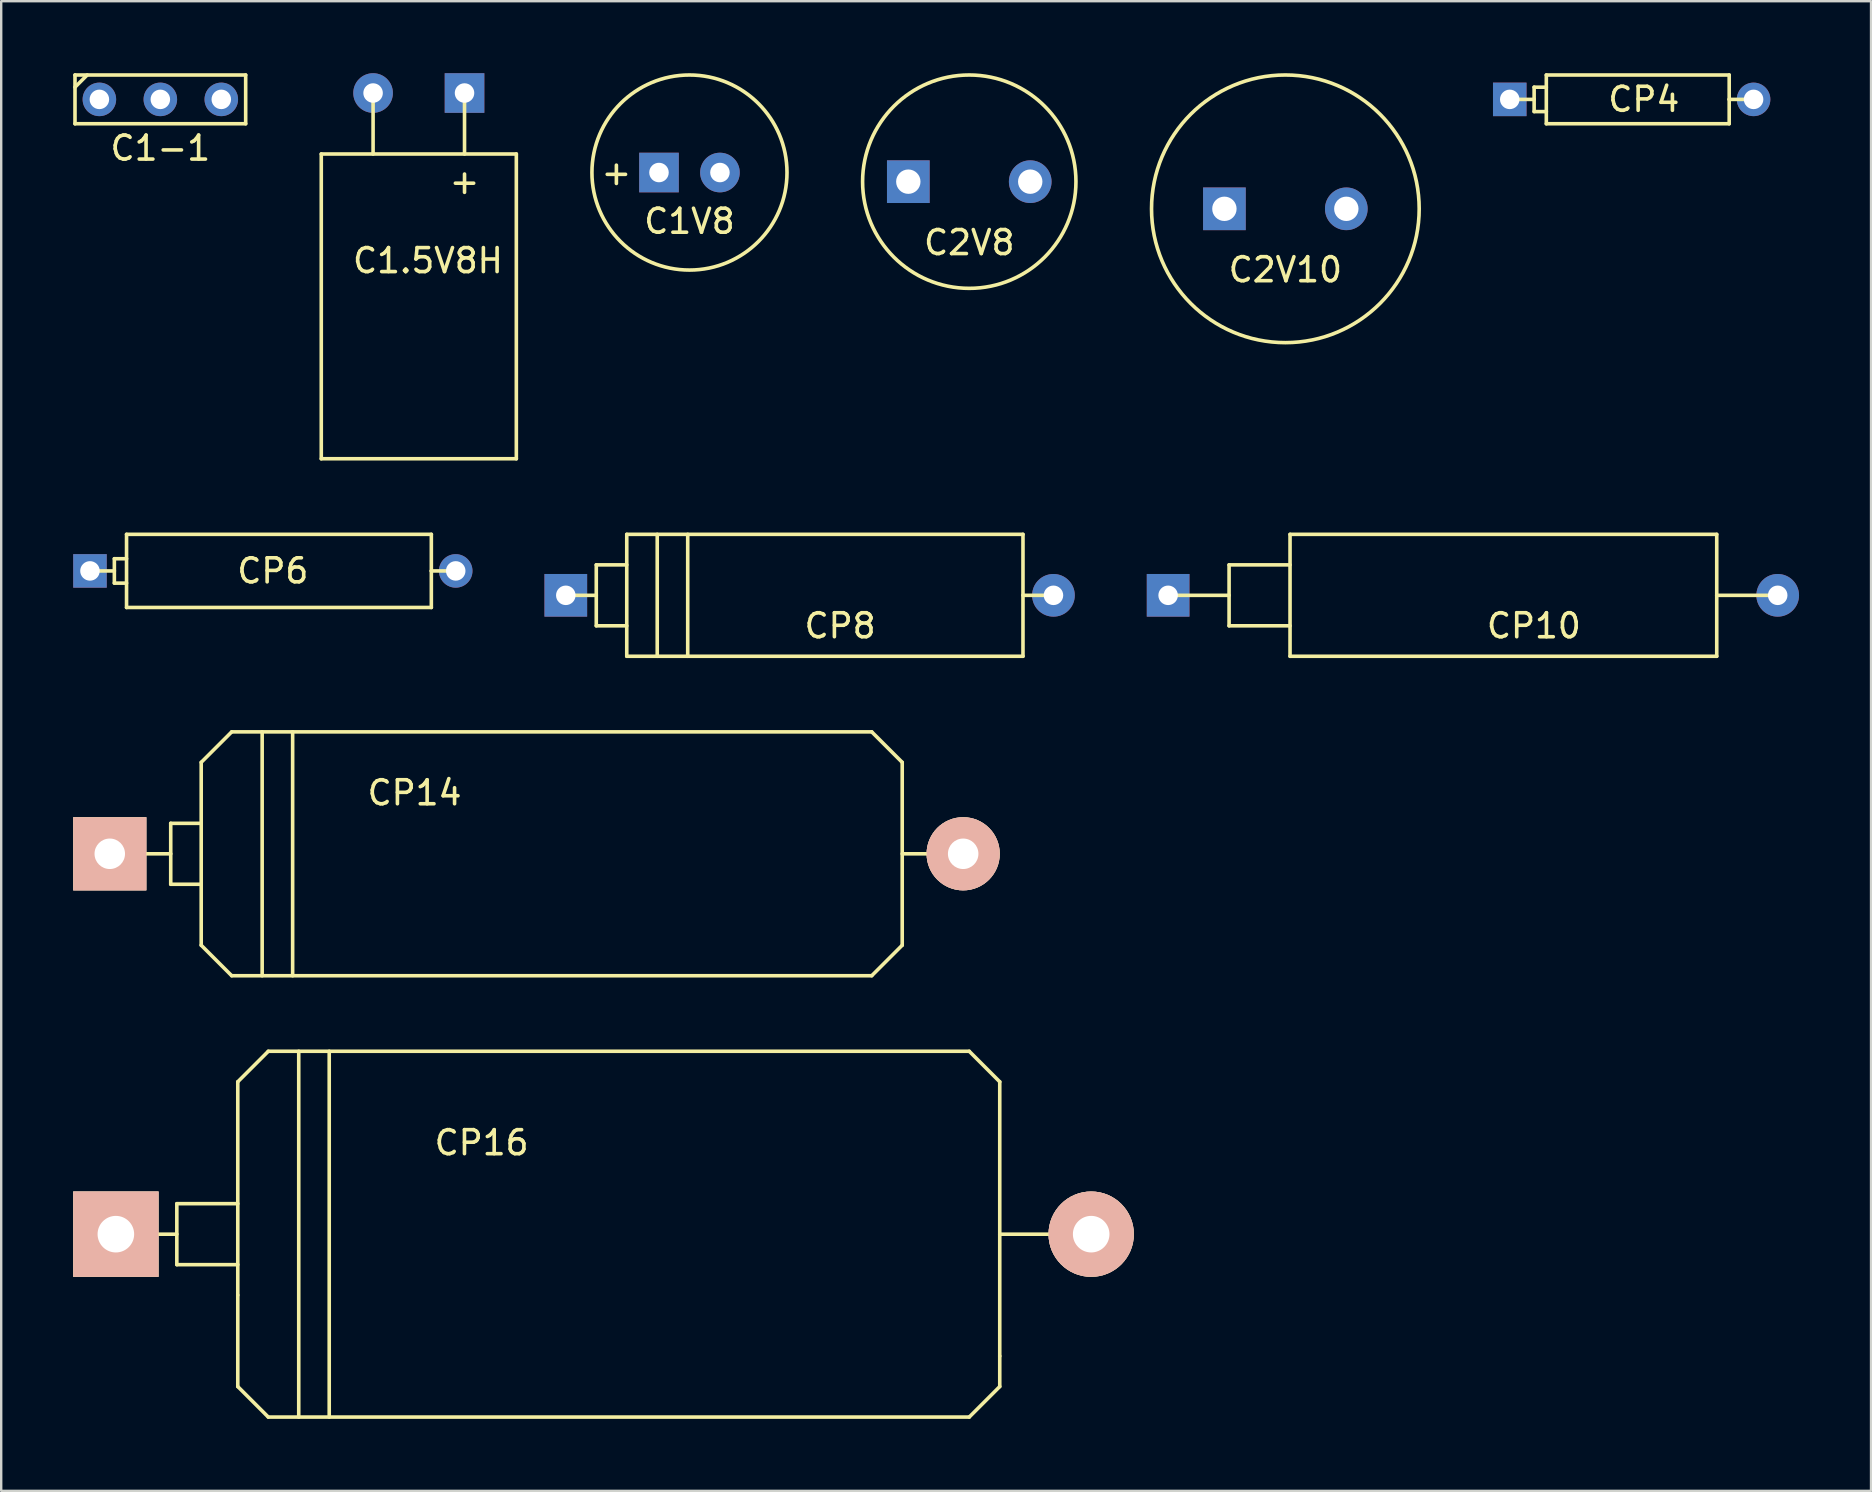
<source format=kicad_pcb>
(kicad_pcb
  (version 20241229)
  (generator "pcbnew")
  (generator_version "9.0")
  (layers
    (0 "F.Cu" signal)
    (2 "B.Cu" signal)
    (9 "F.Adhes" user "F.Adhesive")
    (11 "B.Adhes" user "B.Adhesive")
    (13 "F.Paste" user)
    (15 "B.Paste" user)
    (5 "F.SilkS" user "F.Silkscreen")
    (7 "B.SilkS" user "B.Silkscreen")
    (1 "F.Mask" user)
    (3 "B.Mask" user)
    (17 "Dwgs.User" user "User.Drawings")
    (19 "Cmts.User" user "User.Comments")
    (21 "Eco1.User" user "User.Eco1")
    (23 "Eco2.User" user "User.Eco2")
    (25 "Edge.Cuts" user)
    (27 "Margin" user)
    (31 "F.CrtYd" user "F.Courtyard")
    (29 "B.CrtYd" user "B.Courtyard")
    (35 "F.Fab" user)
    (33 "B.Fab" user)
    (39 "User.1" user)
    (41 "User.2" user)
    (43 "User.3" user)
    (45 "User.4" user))
  (footprint "CP6"
    (layer "F.Cu")
    (at 8.319 20.739)
    (property "Reference" "CP6" (at 0 0 0) (layer "F.SilkS") (effects (font (size 1 1) (thickness 0.15))))
    (attr through_hole)
    (fp_line (start -7.62 0) (end -6.604 0) (stroke (width 0.15) (type solid)) (layer "F.SilkS"))
    (fp_line (start -6.604 -0.508) (end -6.096 -0.508) (stroke (width 0.15) (type solid)) (layer "F.SilkS"))
    (fp_line (start -6.604 0.508) (end -6.604 -0.508) (stroke (width 0.15) (type solid)) (layer "F.SilkS"))
    (fp_line (start -6.096 -1.524) (end -6.096 1.524) (stroke (width 0.15) (type solid)) (layer "F.SilkS"))
    (fp_line (start -6.096 0.508) (end -6.604 0.508) (stroke (width 0.15) (type solid)) (layer "F.SilkS"))
    (fp_line (start -6.096 1.524) (end 6.604 1.524) (stroke (width 0.15) (type solid)) (layer "F.SilkS"))
    (fp_line (start 6.604 -1.524) (end -6.096 -1.524) (stroke (width 0.15) (type solid)) (layer "F.SilkS"))
    (fp_line (start 6.604 0) (end 6.604 -1.524) (stroke (width 0.15) (type solid)) (layer "F.SilkS"))
    (fp_line (start 6.604 1.524) (end 6.604 0) (stroke (width 0.15) (type solid)) (layer "F.SilkS"))
    (fp_line (start 7.62 0) (end 6.604 0) (stroke (width 0.15) (type solid)) (layer "F.SilkS"))
    (pad "1" thru_hole rect (at -7.62 0) (size 1.397 1.397) (drill 0.813) (layers "*.Cu" "*.Mask"))
    (pad "2" thru_hole circle (at 7.62 0) (size 1.397 1.397) (drill 0.813) (layers "*.Cu" "*.Mask")))
  (footprint "CP4"
    (layer "F.Cu")
    (at 64.939 1.091)
    (property "Reference" "CP4" (at 0.508 0 0) (layer "F.SilkS") (effects (font (size 1 1) (thickness 0.15))))
    (attr through_hole)
    (fp_line (start -5.08 0) (end -4.064 0) (stroke (width 0.15) (type solid)) (layer "F.SilkS"))
    (fp_line (start -4.064 -0.508) (end -3.556 -0.508) (stroke (width 0.15) (type solid)) (layer "F.SilkS"))
    (fp_line (start -4.064 0.508) (end -4.064 -0.508) (stroke (width 0.15) (type solid)) (layer "F.SilkS"))
    (fp_line (start -3.556 -1.016) (end 4.064 -1.016) (stroke (width 0.15) (type solid)) (layer "F.SilkS"))
    (fp_line (start -3.556 0.508) (end -4.064 0.508) (stroke (width 0.15) (type solid)) (layer "F.SilkS"))
    (fp_line (start -3.556 1.016) (end -3.556 -1.016) (stroke (width 0.15) (type solid)) (layer "F.SilkS"))
    (fp_line (start 4.064 -1.016) (end 4.064 0) (stroke (width 0.15) (type solid)) (layer "F.SilkS"))
    (fp_line (start 4.064 0) (end 4.064 1.016) (stroke (width 0.15) (type solid)) (layer "F.SilkS"))
    (fp_line (start 4.064 1.016) (end -3.556 1.016) (stroke (width 0.15) (type solid)) (layer "F.SilkS"))
    (fp_line (start 5.08 0) (end 4.064 0) (stroke (width 0.15) (type solid)) (layer "F.SilkS"))
    (pad "1" thru_hole rect (at -5.08 0) (size 1.397 1.397) (drill 0.813) (layers "*.Cu" "*.Mask"))
    (pad "2" thru_hole circle (at 5.08 0) (size 1.397 1.397) (drill 0.813) (layers "*.Cu" "*.Mask")))
  (footprint "C2V8"
    (layer "F.Cu")
    (at 37.338 4.52)
    (property "Reference" "C2V8" (at 0 2.54 0) (layer "F.SilkS") (effects (font (size 1 1) (thickness 0.15))))
    (attr through_hole)
    (fp_circle (center 0 0) (end -4.445 0) (stroke (width 0.15) (type solid)) (fill no) (layer "F.SilkS"))
    (pad "1" thru_hole rect (at -2.54 0) (size 1.778 1.778) (drill 1.016) (layers "*.Cu" "*.Mask"))
    (pad "2" thru_hole circle (at 2.54 0) (size 1.778 1.778) (drill 1.016) (layers "*.Cu" "*.Mask")))
  (footprint "CP8"
    (layer "F.Cu")
    (at 30.686 21.756)
    (property "Reference" "CP8" (at 1.27 1.27 0) (layer "F.SilkS") (effects (font (size 1 1) (thickness 0.15))))
    (attr through_hole)
    (fp_line (start -10.16 0) (end -8.89 0) (stroke (width 0.15) (type solid)) (layer "F.SilkS"))
    (fp_line (start -8.89 -1.27) (end -7.62 -1.27) (stroke (width 0.15) (type solid)) (layer "F.SilkS"))
    (fp_line (start -8.89 1.27) (end -8.89 -1.27) (stroke (width 0.15) (type solid)) (layer "F.SilkS"))
    (fp_line (start -7.62 -2.54) (end 8.89 -2.54) (stroke (width 0.15) (type solid)) (layer "F.SilkS"))
    (fp_line (start -7.62 1.27) (end -8.89 1.27) (stroke (width 0.15) (type solid)) (layer "F.SilkS"))
    (fp_line (start -7.62 2.54) (end -7.62 -2.54) (stroke (width 0.15) (type solid)) (layer "F.SilkS"))
    (fp_line (start -6.35 2.54) (end -6.35 -2.54) (stroke (width 0.15) (type solid)) (layer "F.SilkS"))
    (fp_line (start -5.08 -2.54) (end -5.08 2.54) (stroke (width 0.15) (type solid)) (layer "F.SilkS"))
    (fp_line (start 8.89 -2.54) (end 8.89 2.54) (stroke (width 0.15) (type solid)) (layer "F.SilkS"))
    (fp_line (start 8.89 0) (end 10.16 0) (stroke (width 0.15) (type solid)) (layer "F.SilkS"))
    (fp_line (start 8.89 2.54) (end -7.62 2.54) (stroke (width 0.15) (type solid)) (layer "F.SilkS"))
    (pad "1" thru_hole rect (at -10.16 0) (size 1.778 1.778) (drill 0.813) (layers "*.Cu" "*.Mask"))
    (pad "2" thru_hole circle (at 10.16 0) (size 1.778 1.778) (drill 0.813) (layers "*.Cu" "*.Mask")))
  (footprint "C1V8"
    (layer "F.Cu")
    (at 25.679 4.139)
    (property "Reference" "C1V8" (at 0 2.032 0) (layer "F.SilkS") (effects (font (size 1 1) (thickness 0.15))))
    (attr through_hole)
    (fp_circle (center 0 0) (end 4.064 0) (stroke (width 0.15) (type solid)) (fill no) (layer "F.SilkS"))
    (fp_text user "+" (at -3.045 0 0) (layer "F.SilkS") (effects (font (size 1 1) (thickness 0.15))))
    (pad "1" thru_hole rect (at -1.27 0) (size 1.651 1.651) (drill 0.813) (layers "*.Cu" "*.Mask"))
    (pad "2" thru_hole circle (at 1.27 0) (size 1.651 1.651) (drill 0.813) (layers "*.Cu" "*.Mask")))
  (footprint "CP10"
    (layer "F.Cu")
    (at 58.324 21.756)
    (property "Reference" "CP10" (at 2.54 1.27 0) (layer "F.SilkS") (effects (font (size 1 1) (thickness 0.15))))
    (attr through_hole)
    (fp_line (start -12.7 0) (end -10.16 0) (stroke (width 0.15) (type solid)) (layer "F.SilkS"))
    (fp_line (start -10.16 -1.27) (end -10.16 1.27) (stroke (width 0.15) (type solid)) (layer "F.SilkS"))
    (fp_line (start -10.16 1.27) (end -7.62 1.27) (stroke (width 0.15) (type solid)) (layer "F.SilkS"))
    (fp_line (start -7.62 -2.54) (end 10.16 -2.54) (stroke (width 0.15) (type solid)) (layer "F.SilkS"))
    (fp_line (start -7.62 -1.27) (end -10.16 -1.27) (stroke (width 0.15) (type solid)) (layer "F.SilkS"))
    (fp_line (start -7.62 2.54) (end -7.62 -2.54) (stroke (width 0.15) (type solid)) (layer "F.SilkS"))
    (fp_line (start 10.16 -2.54) (end 10.16 0) (stroke (width 0.15) (type solid)) (layer "F.SilkS"))
    (fp_line (start 10.16 0) (end 10.16 2.54) (stroke (width 0.15) (type solid)) (layer "F.SilkS"))
    (fp_line (start 10.16 2.54) (end -7.62 2.54) (stroke (width 0.15) (type solid)) (layer "F.SilkS"))
    (fp_line (start 12.7 0) (end 10.16 0) (stroke (width 0.15) (type solid)) (layer "F.SilkS"))
    (pad "1" thru_hole rect (at -12.7 0) (size 1.778 1.778) (drill 0.813) (layers "*.Cu" "*.Mask"))
    (pad "2" thru_hole circle (at 12.7 0) (size 1.778 1.778) (drill 0.813) (layers "*.Cu" "*.Mask")))
  (footprint "C2V10"
    (layer "F.Cu")
    (at 50.509 5.651)
    (property "Reference" "C2V10" (at 0 2.54 0) (layer "F.SilkS") (effects (font (size 1 1) (thickness 0.15))))
    (attr through_hole)
    (fp_circle (center 0 0) (end 4.826 -2.794) (stroke (width 0.15) (type solid)) (fill no) (layer "F.SilkS"))
    (pad "1" thru_hole rect (at -2.54 0) (size 1.778 1.778) (drill 1.016) (layers "*.Cu" "*.Mask"))
    (pad "2" thru_hole circle (at 2.54 0) (size 1.778 1.778) (drill 1.016) (layers "*.Cu" "*.Mask")))
  (footprint "CP14"
    (layer "F.Cu")
    (at 19.304 32.526)
    (property "Reference" "CP14" (at -5.08 -2.54 0) (layer "F.SilkS") (effects (font (size 1 1) (thickness 0.15))))
    (attr through_hole)
    (fp_line (start -15.24 -1.27) (end -15.24 1.27) (stroke (width 0.15) (type solid)) (layer "F.SilkS"))
    (fp_line (start -15.24 0) (end -17.78 0) (stroke (width 0.15) (type solid)) (layer "F.SilkS"))
    (fp_line (start -15.24 1.27) (end -13.97 1.27) (stroke (width 0.15) (type solid)) (layer "F.SilkS"))
    (fp_line (start -13.97 -3.81) (end -12.7 -5.08) (stroke (width 0.15) (type solid)) (layer "F.SilkS"))
    (fp_line (start -13.97 -1.27) (end -15.24 -1.27) (stroke (width 0.15) (type solid)) (layer "F.SilkS"))
    (fp_line (start -13.97 3.81) (end -13.97 -3.81) (stroke (width 0.15) (type solid)) (layer "F.SilkS"))
    (fp_line (start -12.7 -5.08) (end 13.97 -5.08) (stroke (width 0.15) (type solid)) (layer "F.SilkS"))
    (fp_line (start -12.7 5.08) (end -13.97 3.81) (stroke (width 0.15) (type solid)) (layer "F.SilkS"))
    (fp_line (start -11.43 5.08) (end -11.43 -5.08) (stroke (width 0.15) (type solid)) (layer "F.SilkS"))
    (fp_line (start -10.16 5.08) (end -10.16 -5.08) (stroke (width 0.15) (type solid)) (layer "F.SilkS"))
    (fp_line (start 13.97 -5.08) (end 15.24 -3.81) (stroke (width 0.15) (type solid)) (layer "F.SilkS"))
    (fp_line (start 13.97 5.08) (end -12.7 5.08) (stroke (width 0.15) (type solid)) (layer "F.SilkS"))
    (fp_line (start 15.24 -3.81) (end 15.24 3.81) (stroke (width 0.15) (type solid)) (layer "F.SilkS"))
    (fp_line (start 15.24 0) (end 17.78 0) (stroke (width 0.15) (type solid)) (layer "F.SilkS"))
    (fp_line (start 15.24 3.81) (end 13.97 5.08) (stroke (width 0.15) (type solid)) (layer "F.SilkS"))
    (pad "1" thru_hole rect (at -17.78 0) (size 3.048 3.048) (drill 1.27) (layers "*.Cu" "*.SilkS" "*.Mask"))
    (pad "2" thru_hole circle (at 17.78 0) (size 3.048 3.048) (drill 1.27) (layers "*.Cu" "*.SilkS" "*.Mask")))
  (footprint "C1-1"
    (layer "F.Cu")
    (at 3.631 1.091)
    (property "Reference" "C1-1" (at 0 2.032 0) (layer "F.SilkS") (effects (font (size 1 1) (thickness 0.15))))
    (attr through_hole)
    (fp_line (start -3.556 -1.016) (end 3.556 -1.016) (stroke (width 0.15) (type solid)) (layer "F.SilkS"))
    (fp_line (start -3.556 -0.508) (end -3.048 -1.016) (stroke (width 0.15) (type solid)) (layer "F.SilkS"))
    (fp_line (start -3.556 1.016) (end -3.556 -1.016) (stroke (width 0.15) (type solid)) (layer "F.SilkS"))
    (fp_line (start 3.556 -1.016) (end 3.556 1.016) (stroke (width 0.15) (type solid)) (layer "F.SilkS"))
    (fp_line (start 3.556 1.016) (end -3.556 1.016) (stroke (width 0.15) (type solid)) (layer "F.SilkS"))
    (pad "1" thru_hole circle (at -2.54 0) (size 1.397 1.397) (drill 0.813) (layers "*.Cu" "*.Mask"))
    (pad "2" thru_hole circle (at 0 0) (size 1.397 1.397) (drill 0.813) (layers "*.Cu" "*.Mask"))
    (pad "2" thru_hole circle (at 2.54 0) (size 1.397 1.397) (drill 0.813) (layers "*.Cu" "*.Mask")))
  (footprint "C1.5V8H"
    (layer "F.Cu")
    (at 14.401 0.826)
    (property "Reference" "C1.5V8H" (at 0.381 6.985 0) (layer "F.SilkS") (effects (font (size 1 1) (thickness 0.15))))
    (attr through_hole)
    (fp_line (start -4.064 2.54) (end -4.064 15.24) (stroke (width 0.15) (type solid)) (layer "F.SilkS"))
    (fp_line (start -4.064 15.24) (end 4.064 15.24) (stroke (width 0.15) (type solid)) (layer "F.SilkS"))
    (fp_line (start -1.905 0) (end -1.905 2.54) (stroke (width 0.15) (type solid)) (layer "F.SilkS"))
    (fp_line (start 1.905 0) (end 1.905 2.54) (stroke (width 0.15) (type solid)) (layer "F.SilkS"))
    (fp_line (start 4.064 2.54) (end -4.064 2.54) (stroke (width 0.15) (type solid)) (layer "F.SilkS"))
    (fp_line (start 4.064 2.54) (end 4.064 15.24) (stroke (width 0.15) (type solid)) (layer "F.SilkS"))
    (fp_text user "+" (at 1.905 3.683 0) (layer "F.SilkS") (effects (font (size 1 1) (thickness 0.15))))
    (pad "1" thru_hole rect (at 1.905 0) (size 1.651 1.651) (drill 0.813) (layers "*.Cu" "*.Mask"))
    (pad "2" thru_hole circle (at -1.905 0) (size 1.651 1.651) (drill 0.813) (layers "*.Cu" "*.Mask")))
  (footprint "CP16"
    (layer "F.Cu")
    (at 22.098 48.376)
    (property "Reference" "CP16" (at -5.08 -3.81 0) (layer "F.SilkS") (effects (font (size 1 1) (thickness 0.15))))
    (attr through_hole)
    (fp_line (start -17.78 -1.27) (end -17.78 1.27) (stroke (width 0.15) (type solid)) (layer "F.SilkS"))
    (fp_line (start -17.78 0) (end -20.32 0) (stroke (width 0.15) (type solid)) (layer "F.SilkS"))
    (fp_line (start -17.78 1.27) (end -15.24 1.27) (stroke (width 0.15) (type solid)) (layer "F.SilkS"))
    (fp_line (start -15.24 -6.35) (end -13.97 -7.62) (stroke (width 0.15) (type solid)) (layer "F.SilkS"))
    (fp_line (start -15.24 -1.27) (end -17.78 -1.27) (stroke (width 0.15) (type solid)) (layer "F.SilkS"))
    (fp_line (start -15.24 2.54) (end -15.24 -6.35) (stroke (width 0.15) (type solid)) (layer "F.SilkS"))
    (fp_line (start -15.24 6.35) (end -15.24 2.54) (stroke (width 0.15) (type solid)) (layer "F.SilkS"))
    (fp_line (start -13.97 7.62) (end -15.24 6.35) (stroke (width 0.15) (type solid)) (layer "F.SilkS"))
    (fp_line (start -12.7 7.62) (end -12.7 -7.62) (stroke (width 0.15) (type solid)) (layer "F.SilkS"))
    (fp_line (start -11.43 7.62) (end -11.43 -7.62) (stroke (width 0.15) (type solid)) (layer "F.SilkS"))
    (fp_line (start 15.24 -7.62) (end -13.97 -7.62) (stroke (width 0.15) (type solid)) (layer "F.SilkS"))
    (fp_line (start 15.24 7.62) (end -13.97 7.62) (stroke (width 0.15) (type solid)) (layer "F.SilkS"))
    (fp_line (start 16.51 -6.35) (end 15.24 -7.62) (stroke (width 0.15) (type solid)) (layer "F.SilkS"))
    (fp_line (start 16.51 5.08) (end 16.51 -6.35) (stroke (width 0.15) (type solid)) (layer "F.SilkS"))
    (fp_line (start 16.51 5.08) (end 16.51 6.35) (stroke (width 0.15) (type solid)) (layer "F.SilkS"))
    (fp_line (start 16.51 6.35) (end 15.24 7.62) (stroke (width 0.15) (type solid)) (layer "F.SilkS"))
    (fp_line (start 20.32 0) (end 16.51 0) (stroke (width 0.15) (type solid)) (layer "F.SilkS"))
    (pad "1" thru_hole rect (at -20.32 0) (size 3.556 3.556) (drill 1.524) (layers "*.Cu" "*.SilkS" "*.Mask"))
    (pad "2" thru_hole circle (at 20.32 0) (size 3.556 3.556) (drill 1.524) (layers "*.Cu" "*.SilkS" "*.Mask")))
  (gr_rect
    (start -3 -3)
    (end 74.913 59.071)
    (stroke (width 0.1) (type default))
    (fill no)
    (layer "Edge.Cuts")))
</source>
